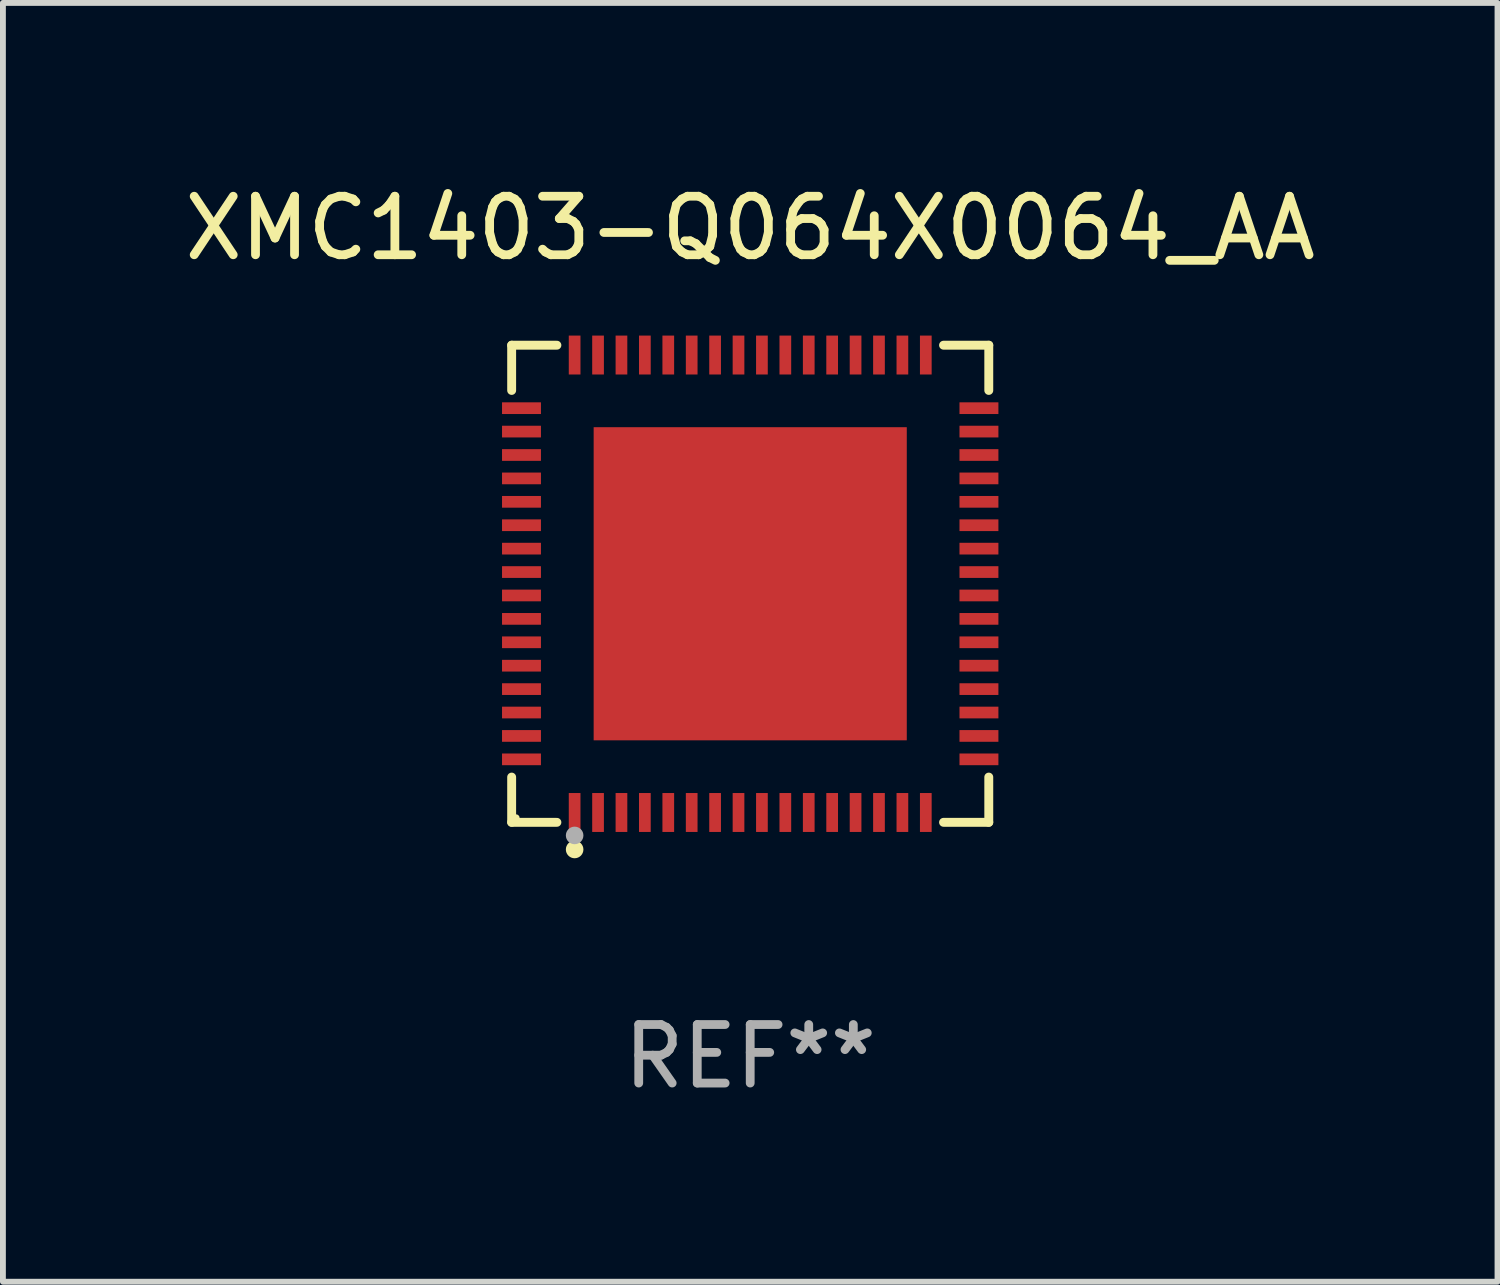
<source format=kicad_pcb>
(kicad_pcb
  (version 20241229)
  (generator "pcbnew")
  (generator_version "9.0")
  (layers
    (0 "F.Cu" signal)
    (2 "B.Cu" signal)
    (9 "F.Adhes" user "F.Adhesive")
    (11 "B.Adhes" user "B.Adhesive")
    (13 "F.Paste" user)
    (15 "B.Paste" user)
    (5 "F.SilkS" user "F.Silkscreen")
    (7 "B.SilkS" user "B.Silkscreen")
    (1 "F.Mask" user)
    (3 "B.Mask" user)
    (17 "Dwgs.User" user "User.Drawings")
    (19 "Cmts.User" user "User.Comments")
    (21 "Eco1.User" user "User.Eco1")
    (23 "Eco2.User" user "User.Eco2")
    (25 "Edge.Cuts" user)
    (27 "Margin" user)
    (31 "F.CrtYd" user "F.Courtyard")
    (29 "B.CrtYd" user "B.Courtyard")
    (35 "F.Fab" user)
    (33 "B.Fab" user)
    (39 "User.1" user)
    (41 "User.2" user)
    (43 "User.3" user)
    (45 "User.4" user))
  (footprint "XMC1403-Q064X0064_AA"
    (layer "F.Cu")
    (at 9.768 6.924)
    (property "Reference" "XMC1403-Q064X0064_AA" (at 0 -6.076 0) (layer "F.SilkS") (effects (font (size 1 1) (thickness 0.15))))
    (attr through_hole)
    (fp_line (start -4.076 -4.076) (end -3.303 -4.076) (stroke (width 0.152) (type solid)) (layer "F.SilkS"))
    (fp_line (start -4.076 -3.303) (end -4.076 -4.076) (stroke (width 0.152) (type solid)) (layer "F.SilkS"))
    (fp_line (start -4.076 3.303) (end -4.076 4.076) (stroke (width 0.152) (type solid)) (layer "F.SilkS"))
    (fp_line (start -4.076 4.076) (end -3.303 4.076) (stroke (width 0.152) (type solid)) (layer "F.SilkS"))
    (fp_line (start 4.076 -4.076) (end 3.303 -4.076) (stroke (width 0.152) (type solid)) (layer "F.SilkS"))
    (fp_line (start 4.076 -3.303) (end 4.076 -4.076) (stroke (width 0.152) (type solid)) (layer "F.SilkS"))
    (fp_line (start 4.076 3.303) (end 4.076 4.076) (stroke (width 0.152) (type solid)) (layer "F.SilkS"))
    (fp_line (start 4.076 4.076) (end 3.303 4.076) (stroke (width 0.152) (type solid)) (layer "F.SilkS"))
    (fp_circle (center -4 4) (end -3.97 4) (stroke (width 0.06) (type solid)) (fill no) (layer "F.SilkS"))
    (fp_circle (center -3 4.54) (end -2.925 4.54) (stroke (width 0.15) (type solid)) (fill no) (layer "F.SilkS"))
    (fp_circle (center -3 4.3) (end -2.925 4.3) (stroke (width 0.15) (type solid)) (fill no) (layer "F.Fab"))
    (fp_text user "REF**" (at 0 8.076 0) (layer "F.Fab") (effects (font (size 1 1) (thickness 0.15))))
    (pad "1" smd rect (at -3 3.908) (size 0.2 0.665) (layers "F.Cu" "F.Mask" "F.Paste"))
    (pad "2" smd rect (at -2.6 3.908) (size 0.2 0.665) (layers "F.Cu" "F.Mask" "F.Paste"))
    (pad "3" smd rect (at -2.2 3.908) (size 0.2 0.665) (layers "F.Cu" "F.Mask" "F.Paste"))
    (pad "4" smd rect (at -1.8 3.908) (size 0.2 0.665) (layers "F.Cu" "F.Mask" "F.Paste"))
    (pad "5" smd rect (at -1.4 3.908) (size 0.2 0.665) (layers "F.Cu" "F.Mask" "F.Paste"))
    (pad "6" smd rect (at -1 3.908) (size 0.2 0.665) (layers "F.Cu" "F.Mask" "F.Paste"))
    (pad "7" smd rect (at -0.6 3.908) (size 0.2 0.665) (layers "F.Cu" "F.Mask" "F.Paste"))
    (pad "8" smd rect (at -0.2 3.908) (size 0.2 0.665) (layers "F.Cu" "F.Mask" "F.Paste"))
    (pad "9" smd rect (at 0.2 3.908) (size 0.2 0.665) (layers "F.Cu" "F.Mask" "F.Paste"))
    (pad "10" smd rect (at 0.6 3.908) (size 0.2 0.665) (layers "F.Cu" "F.Mask" "F.Paste"))
    (pad "11" smd rect (at 1 3.908) (size 0.2 0.665) (layers "F.Cu" "F.Mask" "F.Paste"))
    (pad "12" smd rect (at 1.4 3.908) (size 0.2 0.665) (layers "F.Cu" "F.Mask" "F.Paste"))
    (pad "13" smd rect (at 1.8 3.908) (size 0.2 0.665) (layers "F.Cu" "F.Mask" "F.Paste"))
    (pad "14" smd rect (at 2.2 3.908) (size 0.2 0.665) (layers "F.Cu" "F.Mask" "F.Paste"))
    (pad "15" smd rect (at 2.6 3.908) (size 0.2 0.665) (layers "F.Cu" "F.Mask" "F.Paste"))
    (pad "16" smd rect (at 3 3.908) (size 0.2 0.665) (layers "F.Cu" "F.Mask" "F.Paste"))
    (pad "17" smd rect (at 3.908 3) (size 0.665 0.2) (layers "F.Cu" "F.Mask" "F.Paste"))
    (pad "18" smd rect (at 3.908 2.6) (size 0.665 0.2) (layers "F.Cu" "F.Mask" "F.Paste"))
    (pad "19" smd rect (at 3.908 2.2) (size 0.665 0.2) (layers "F.Cu" "F.Mask" "F.Paste"))
    (pad "20" smd rect (at 3.908 1.8) (size 0.665 0.2) (layers "F.Cu" "F.Mask" "F.Paste"))
    (pad "21" smd rect (at 3.908 1.4) (size 0.665 0.2) (layers "F.Cu" "F.Mask" "F.Paste"))
    (pad "22" smd rect (at 3.908 1) (size 0.665 0.2) (layers "F.Cu" "F.Mask" "F.Paste"))
    (pad "23" smd rect (at 3.908 0.6) (size 0.665 0.2) (layers "F.Cu" "F.Mask" "F.Paste"))
    (pad "24" smd rect (at 3.908 0.2) (size 0.665 0.2) (layers "F.Cu" "F.Mask" "F.Paste"))
    (pad "25" smd rect (at 3.908 -0.2) (size 0.665 0.2) (layers "F.Cu" "F.Mask" "F.Paste"))
    (pad "26" smd rect (at 3.908 -0.6) (size 0.665 0.2) (layers "F.Cu" "F.Mask" "F.Paste"))
    (pad "27" smd rect (at 3.908 -1) (size 0.665 0.2) (layers "F.Cu" "F.Mask" "F.Paste"))
    (pad "28" smd rect (at 3.908 -1.4) (size 0.665 0.2) (layers "F.Cu" "F.Mask" "F.Paste"))
    (pad "29" smd rect (at 3.908 -1.8) (size 0.665 0.2) (layers "F.Cu" "F.Mask" "F.Paste"))
    (pad "30" smd rect (at 3.908 -2.2) (size 0.665 0.2) (layers "F.Cu" "F.Mask" "F.Paste"))
    (pad "31" smd rect (at 3.908 -2.6) (size 0.665 0.2) (layers "F.Cu" "F.Mask" "F.Paste"))
    (pad "32" smd rect (at 3.908 -3) (size 0.665 0.2) (layers "F.Cu" "F.Mask" "F.Paste"))
    (pad "33" smd rect (at 3 -3.908) (size 0.2 0.665) (layers "F.Cu" "F.Mask" "F.Paste"))
    (pad "34" smd rect (at 2.6 -3.908) (size 0.2 0.665) (layers "F.Cu" "F.Mask" "F.Paste"))
    (pad "35" smd rect (at 2.2 -3.908) (size 0.2 0.665) (layers "F.Cu" "F.Mask" "F.Paste"))
    (pad "36" smd rect (at 1.8 -3.908) (size 0.2 0.665) (layers "F.Cu" "F.Mask" "F.Paste"))
    (pad "37" smd rect (at 1.4 -3.908) (size 0.2 0.665) (layers "F.Cu" "F.Mask" "F.Paste"))
    (pad "38" smd rect (at 1 -3.908) (size 0.2 0.665) (layers "F.Cu" "F.Mask" "F.Paste"))
    (pad "39" smd rect (at 0.6 -3.908) (size 0.2 0.665) (layers "F.Cu" "F.Mask" "F.Paste"))
    (pad "40" smd rect (at 0.2 -3.908) (size 0.2 0.665) (layers "F.Cu" "F.Mask" "F.Paste"))
    (pad "41" smd rect (at -0.2 -3.908) (size 0.2 0.665) (layers "F.Cu" "F.Mask" "F.Paste"))
    (pad "42" smd rect (at -0.6 -3.908) (size 0.2 0.665) (layers "F.Cu" "F.Mask" "F.Paste"))
    (pad "43" smd rect (at -1 -3.908) (size 0.2 0.665) (layers "F.Cu" "F.Mask" "F.Paste"))
    (pad "44" smd rect (at -1.4 -3.908) (size 0.2 0.665) (layers "F.Cu" "F.Mask" "F.Paste"))
    (pad "45" smd rect (at -1.8 -3.908) (size 0.2 0.665) (layers "F.Cu" "F.Mask" "F.Paste"))
    (pad "46" smd rect (at -2.2 -3.908) (size 0.2 0.665) (layers "F.Cu" "F.Mask" "F.Paste"))
    (pad "47" smd rect (at -2.6 -3.908) (size 0.2 0.665) (layers "F.Cu" "F.Mask" "F.Paste"))
    (pad "48" smd rect (at -3 -3.908) (size 0.2 0.665) (layers "F.Cu" "F.Mask" "F.Paste"))
    (pad "49" smd rect (at -3.908 -3) (size 0.665 0.2) (layers "F.Cu" "F.Mask" "F.Paste"))
    (pad "50" smd rect (at -3.908 -2.6) (size 0.665 0.2) (layers "F.Cu" "F.Mask" "F.Paste"))
    (pad "51" smd rect (at -3.908 -2.2) (size 0.665 0.2) (layers "F.Cu" "F.Mask" "F.Paste"))
    (pad "52" smd rect (at -3.908 -1.8) (size 0.665 0.2) (layers "F.Cu" "F.Mask" "F.Paste"))
    (pad "53" smd rect (at -3.908 -1.4) (size 0.665 0.2) (layers "F.Cu" "F.Mask" "F.Paste"))
    (pad "54" smd rect (at -3.908 -1) (size 0.665 0.2) (layers "F.Cu" "F.Mask" "F.Paste"))
    (pad "55" smd rect (at -3.908 -0.6) (size 0.665 0.2) (layers "F.Cu" "F.Mask" "F.Paste"))
    (pad "56" smd rect (at -3.908 -0.2) (size 0.665 0.2) (layers "F.Cu" "F.Mask" "F.Paste"))
    (pad "57" smd rect (at -3.908 0.2) (size 0.665 0.2) (layers "F.Cu" "F.Mask" "F.Paste"))
    (pad "58" smd rect (at -3.908 0.6) (size 0.665 0.2) (layers "F.Cu" "F.Mask" "F.Paste"))
    (pad "59" smd rect (at -3.908 1) (size 0.665 0.2) (layers "F.Cu" "F.Mask" "F.Paste"))
    (pad "60" smd rect (at -3.908 1.4) (size 0.665 0.2) (layers "F.Cu" "F.Mask" "F.Paste"))
    (pad "61" smd rect (at -3.908 1.8) (size 0.665 0.2) (layers "F.Cu" "F.Mask" "F.Paste"))
    (pad "62" smd rect (at -3.908 2.2) (size 0.665 0.2) (layers "F.Cu" "F.Mask" "F.Paste"))
    (pad "63" smd rect (at -3.908 2.6) (size 0.665 0.2) (layers "F.Cu" "F.Mask" "F.Paste"))
    (pad "64" smd rect (at -3.908 3) (size 0.665 0.2) (layers "F.Cu" "F.Mask" "F.Paste"))
    (pad "65" smd rect (at 0 0) (size 5.35 5.35) (layers "F.Cu" "F.Mask" "F.Paste")))
  (gr_rect
    (start -3 -3)
    (end 22.536 18.849)
    (stroke (width 0.1) (type default))
    (fill no)
    (layer "Edge.Cuts")))
</source>
